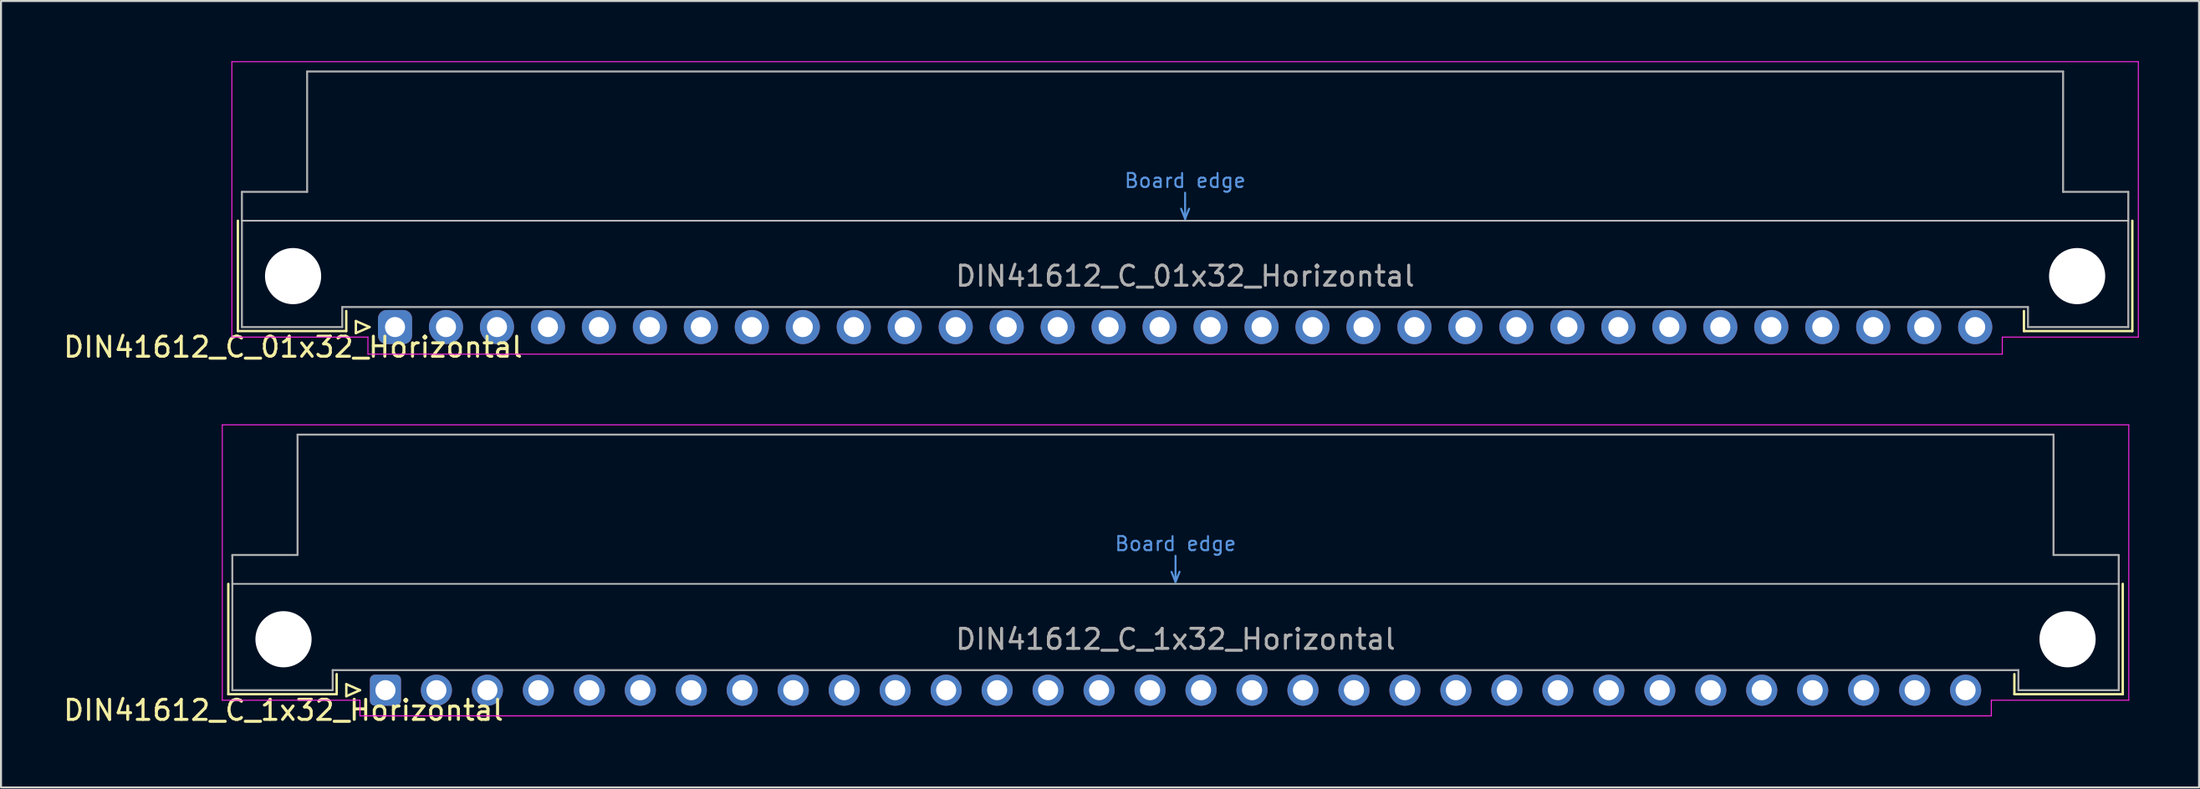
<source format=kicad_pcb>
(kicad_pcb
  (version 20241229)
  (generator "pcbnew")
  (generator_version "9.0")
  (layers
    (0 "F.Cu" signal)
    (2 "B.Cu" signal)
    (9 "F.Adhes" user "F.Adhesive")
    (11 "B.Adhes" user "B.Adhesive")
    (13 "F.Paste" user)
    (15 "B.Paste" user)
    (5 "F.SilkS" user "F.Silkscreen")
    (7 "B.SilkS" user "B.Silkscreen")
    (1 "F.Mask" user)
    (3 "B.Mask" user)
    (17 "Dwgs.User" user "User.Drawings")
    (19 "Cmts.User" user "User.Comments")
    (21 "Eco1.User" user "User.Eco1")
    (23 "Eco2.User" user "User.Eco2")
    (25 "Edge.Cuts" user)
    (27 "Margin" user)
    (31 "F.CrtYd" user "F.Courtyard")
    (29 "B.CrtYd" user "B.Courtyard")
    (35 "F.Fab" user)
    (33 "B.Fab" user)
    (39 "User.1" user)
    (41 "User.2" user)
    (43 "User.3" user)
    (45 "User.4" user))
  (footprint "DIN41612_C_1x32_Horizontal"
    (layer "F.Cu")
    (at 16.157 31.358)
    (property "Reference" "DIN41612_C_1x32_Horizontal" (at -5.08 1 0) (layer "F.SilkS") (effects (font (size 1 1) (thickness 0.15))))
    (attr through_hole)
    (fp_line (start -7.83 -5.3) (end -7.83 0.2) (stroke (width 0.12) (type solid)) (layer "F.SilkS"))
    (fp_line (start -7.83 0.2) (end -2.43 0.2) (stroke (width 0.12) (type solid)) (layer "F.SilkS"))
    (fp_line (start -2.43 0.2) (end -2.43 -0.8) (stroke (width 0.12) (type solid)) (layer "F.SilkS"))
    (fp_line (start -1.95 -0.3) (end -1.95 0.3) (stroke (width 0.12) (type solid)) (layer "F.SilkS"))
    (fp_line (start -1.95 0.3) (end -1.27 0) (stroke (width 0.12) (type solid)) (layer "F.SilkS"))
    (fp_line (start -1.27 0) (end -1.95 -0.3) (stroke (width 0.12) (type solid)) (layer "F.SilkS"))
    (fp_line (start 81.17 0.2) (end 81.17 -0.8) (stroke (width 0.12) (type solid)) (layer "F.SilkS"))
    (fp_line (start 86.57 -5.3) (end 86.57 0.2) (stroke (width 0.12) (type solid)) (layer "F.SilkS"))
    (fp_line (start 86.57 0.2) (end 81.17 0.2) (stroke (width 0.12) (type solid)) (layer "F.SilkS"))
    (fp_line (start -7.63 -5.3) (end 86.37 -5.3) (stroke (width 0.08) (type solid)) (layer "Dwgs.User"))
    (fp_line (start 39.17 -5.9) (end 39.37 -5.4) (stroke (width 0.1) (type solid)) (layer "Cmts.User"))
    (fp_line (start 39.37 -5.4) (end 39.37 -6.7) (stroke (width 0.1) (type solid)) (layer "Cmts.User"))
    (fp_line (start 39.37 -5.4) (end 39.57 -5.9) (stroke (width 0.1) (type solid)) (layer "Cmts.User"))
    (fp_line (start -8.13 -13.23) (end -8.13 0.5) (stroke (width 0.05) (type solid)) (layer "F.CrtYd"))
    (fp_line (start -8.13 0.5) (end -1.27 0.5) (stroke (width 0.05) (type solid)) (layer "F.CrtYd"))
    (fp_line (start -1.27 0.5) (end -1.27 1.28) (stroke (width 0.05) (type solid)) (layer "F.CrtYd"))
    (fp_line (start -1.27 1.28) (end 80.02 1.28) (stroke (width 0.05) (type solid)) (layer "F.CrtYd"))
    (fp_line (start 80.02 0.5) (end 86.87 0.5) (stroke (width 0.05) (type solid)) (layer "F.CrtYd"))
    (fp_line (start 80.02 1.28) (end 80.02 0.5) (stroke (width 0.05) (type solid)) (layer "F.CrtYd"))
    (fp_line (start 86.87 -13.23) (end -8.13 -13.23) (stroke (width 0.05) (type solid)) (layer "F.CrtYd"))
    (fp_line (start 86.87 0.5) (end 86.87 -13.23) (stroke (width 0.05) (type solid)) (layer "F.CrtYd"))
    (fp_line (start -7.63 -6.74) (end -7.63 0) (stroke (width 0.1) (type solid)) (layer "F.Fab"))
    (fp_line (start -7.63 0) (end -2.63 0) (stroke (width 0.1) (type solid)) (layer "F.Fab"))
    (fp_line (start -4.38 -12.74) (end -4.38 -6.74) (stroke (width 0.1) (type solid)) (layer "F.Fab"))
    (fp_line (start -4.38 -6.74) (end -7.63 -6.74) (stroke (width 0.1) (type solid)) (layer "F.Fab"))
    (fp_line (start -2.63 -1) (end 81.37 -1) (stroke (width 0.1) (type solid)) (layer "F.Fab"))
    (fp_line (start -2.63 0) (end -2.63 -1) (stroke (width 0.1) (type solid)) (layer "F.Fab"))
    (fp_line (start 81.37 -1) (end 81.37 0) (stroke (width 0.1) (type solid)) (layer "F.Fab"))
    (fp_line (start 81.37 0) (end 86.37 0) (stroke (width 0.1) (type solid)) (layer "F.Fab"))
    (fp_line (start 83.12 -12.74) (end -4.38 -12.74) (stroke (width 0.1) (type solid)) (layer "F.Fab"))
    (fp_line (start 83.12 -6.74) (end 83.12 -12.74) (stroke (width 0.1) (type solid)) (layer "F.Fab"))
    (fp_line (start 86.37 -6.74) (end 83.12 -6.74) (stroke (width 0.1) (type solid)) (layer "F.Fab"))
    (fp_line (start 86.37 0) (end 86.37 -6.74) (stroke (width 0.1) (type solid)) (layer "F.Fab"))
    (fp_text user "Board edge" (at 39.37 -7.3 0) (layer "Cmts.User") (effects (font (size 0.7 0.7) (thickness 0.1))))
    (fp_text user "${REFERENCE}" (at 39.37 -2.54 0) (layer "F.Fab") (effects (font (size 1 1) (thickness 0.15))))
    (pad "" np_thru_hole circle (at -5.08 -2.54) (size 2.8 2.8) (drill 2.8) (layers "*.Cu" "*.Mask"))
    (pad "" np_thru_hole circle (at 83.82 -2.54) (size 2.8 2.8) (drill 2.8) (layers "*.Cu" "*.Mask"))
    (pad "a1" thru_hole roundrect (at 0 0) (size 1.55 1.55) (drill 1) (layers "*.Cu" "*.Mask") (roundrect_rratio 0.161))
    (pad "a2" thru_hole circle (at 2.54 0) (size 1.55 1.55) (drill 1) (layers "*.Cu" "*.Mask"))
    (pad "a3" thru_hole circle (at 5.08 0) (size 1.55 1.55) (drill 1) (layers "*.Cu" "*.Mask"))
    (pad "a4" thru_hole circle (at 7.62 0) (size 1.55 1.55) (drill 1) (layers "*.Cu" "*.Mask"))
    (pad "a5" thru_hole circle (at 10.16 0) (size 1.55 1.55) (drill 1) (layers "*.Cu" "*.Mask"))
    (pad "a6" thru_hole circle (at 12.7 0) (size 1.55 1.55) (drill 1) (layers "*.Cu" "*.Mask"))
    (pad "a7" thru_hole circle (at 15.24 0) (size 1.55 1.55) (drill 1) (layers "*.Cu" "*.Mask"))
    (pad "a8" thru_hole circle (at 17.78 0) (size 1.55 1.55) (drill 1) (layers "*.Cu" "*.Mask"))
    (pad "a9" thru_hole circle (at 20.32 0) (size 1.55 1.55) (drill 1) (layers "*.Cu" "*.Mask"))
    (pad "a10" thru_hole circle (at 22.86 0) (size 1.55 1.55) (drill 1) (layers "*.Cu" "*.Mask"))
    (pad "a11" thru_hole circle (at 25.4 0) (size 1.55 1.55) (drill 1) (layers "*.Cu" "*.Mask"))
    (pad "a12" thru_hole circle (at 27.94 0) (size 1.55 1.55) (drill 1) (layers "*.Cu" "*.Mask"))
    (pad "a13" thru_hole circle (at 30.48 0) (size 1.55 1.55) (drill 1) (layers "*.Cu" "*.Mask"))
    (pad "a14" thru_hole circle (at 33.02 0) (size 1.55 1.55) (drill 1) (layers "*.Cu" "*.Mask"))
    (pad "a15" thru_hole circle (at 35.56 0) (size 1.55 1.55) (drill 1) (layers "*.Cu" "*.Mask"))
    (pad "a16" thru_hole circle (at 38.1 0) (size 1.55 1.55) (drill 1) (layers "*.Cu" "*.Mask"))
    (pad "a17" thru_hole circle (at 40.64 0) (size 1.55 1.55) (drill 1) (layers "*.Cu" "*.Mask"))
    (pad "a18" thru_hole circle (at 43.18 0) (size 1.55 1.55) (drill 1) (layers "*.Cu" "*.Mask"))
    (pad "a19" thru_hole circle (at 45.72 0) (size 1.55 1.55) (drill 1) (layers "*.Cu" "*.Mask"))
    (pad "a20" thru_hole circle (at 48.26 0) (size 1.55 1.55) (drill 1) (layers "*.Cu" "*.Mask"))
    (pad "a21" thru_hole circle (at 50.8 0) (size 1.55 1.55) (drill 1) (layers "*.Cu" "*.Mask"))
    (pad "a22" thru_hole circle (at 53.34 0) (size 1.55 1.55) (drill 1) (layers "*.Cu" "*.Mask"))
    (pad "a23" thru_hole circle (at 55.88 0) (size 1.55 1.55) (drill 1) (layers "*.Cu" "*.Mask"))
    (pad "a24" thru_hole circle (at 58.42 0) (size 1.55 1.55) (drill 1) (layers "*.Cu" "*.Mask"))
    (pad "a25" thru_hole circle (at 60.96 0) (size 1.55 1.55) (drill 1) (layers "*.Cu" "*.Mask"))
    (pad "a26" thru_hole circle (at 63.5 0) (size 1.55 1.55) (drill 1) (layers "*.Cu" "*.Mask"))
    (pad "a27" thru_hole circle (at 66.04 0) (size 1.55 1.55) (drill 1) (layers "*.Cu" "*.Mask"))
    (pad "a28" thru_hole circle (at 68.58 0) (size 1.55 1.55) (drill 1) (layers "*.Cu" "*.Mask"))
    (pad "a29" thru_hole circle (at 71.12 0) (size 1.55 1.55) (drill 1) (layers "*.Cu" "*.Mask"))
    (pad "a30" thru_hole circle (at 73.66 0) (size 1.55 1.55) (drill 1) (layers "*.Cu" "*.Mask"))
    (pad "a31" thru_hole circle (at 76.2 0) (size 1.55 1.55) (drill 1) (layers "*.Cu" "*.Mask"))
    (pad "a32" thru_hole circle (at 78.74 0) (size 1.55 1.55) (drill 1) (layers "*.Cu" "*.Mask")))
  (footprint "DIN41612_C_01x32_Horizontal"
    (layer "F.Cu")
    (at 16.634 13.255)
    (property "Reference" "DIN41612_C_01x32_Horizontal" (at -5.08 1 0) (layer "F.SilkS") (effects (font (size 1 1) (thickness 0.15))))
    (attr through_hole)
    (fp_line (start -7.83 -5.3) (end -7.83 0.2) (stroke (width 0.12) (type solid)) (layer "F.SilkS"))
    (fp_line (start -7.83 0.2) (end -2.43 0.2) (stroke (width 0.12) (type solid)) (layer "F.SilkS"))
    (fp_line (start -2.43 0.2) (end -2.43 -0.8) (stroke (width 0.12) (type solid)) (layer "F.SilkS"))
    (fp_line (start -1.95 -0.3) (end -1.95 0.3) (stroke (width 0.12) (type solid)) (layer "F.SilkS"))
    (fp_line (start -1.95 0.3) (end -1.27 0) (stroke (width 0.12) (type solid)) (layer "F.SilkS"))
    (fp_line (start -1.27 0) (end -1.95 -0.3) (stroke (width 0.12) (type solid)) (layer "F.SilkS"))
    (fp_line (start 81.17 0.2) (end 81.17 -0.8) (stroke (width 0.12) (type solid)) (layer "F.SilkS"))
    (fp_line (start 86.57 -5.3) (end 86.57 0.2) (stroke (width 0.12) (type solid)) (layer "F.SilkS"))
    (fp_line (start 86.57 0.2) (end 81.17 0.2) (stroke (width 0.12) (type solid)) (layer "F.SilkS"))
    (fp_line (start -7.63 -5.3) (end 86.37 -5.3) (stroke (width 0.08) (type solid)) (layer "Dwgs.User"))
    (fp_line (start 39.17 -5.9) (end 39.37 -5.4) (stroke (width 0.1) (type solid)) (layer "Cmts.User"))
    (fp_line (start 39.37 -5.4) (end 39.37 -6.7) (stroke (width 0.1) (type solid)) (layer "Cmts.User"))
    (fp_line (start 39.37 -5.4) (end 39.57 -5.9) (stroke (width 0.1) (type solid)) (layer "Cmts.User"))
    (fp_line (start -8.13 -13.23) (end -8.13 0.5) (stroke (width 0.05) (type solid)) (layer "F.CrtYd"))
    (fp_line (start -8.13 0.5) (end -1.35 0.5) (stroke (width 0.05) (type solid)) (layer "F.CrtYd"))
    (fp_line (start -1.35 0.5) (end -1.35 1.35) (stroke (width 0.05) (type solid)) (layer "F.CrtYd"))
    (fp_line (start -1.35 1.35) (end 80.09 1.35) (stroke (width 0.05) (type solid)) (layer "F.CrtYd"))
    (fp_line (start 80.09 0.5) (end 86.87 0.5) (stroke (width 0.05) (type solid)) (layer "F.CrtYd"))
    (fp_line (start 80.09 1.35) (end 80.09 0.5) (stroke (width 0.05) (type solid)) (layer "F.CrtYd"))
    (fp_line (start 86.87 -13.23) (end -8.13 -13.23) (stroke (width 0.05) (type solid)) (layer "F.CrtYd"))
    (fp_line (start 86.87 0.5) (end 86.87 -13.23) (stroke (width 0.05) (type solid)) (layer "F.CrtYd"))
    (fp_line (start -7.63 -6.74) (end -7.63 0) (stroke (width 0.1) (type solid)) (layer "F.Fab"))
    (fp_line (start -7.63 0) (end -2.63 0) (stroke (width 0.1) (type solid)) (layer "F.Fab"))
    (fp_line (start -4.38 -12.74) (end -4.38 -6.74) (stroke (width 0.1) (type solid)) (layer "F.Fab"))
    (fp_line (start -4.38 -6.74) (end -7.63 -6.74) (stroke (width 0.1) (type solid)) (layer "F.Fab"))
    (fp_line (start -2.63 -1) (end 81.37 -1) (stroke (width 0.1) (type solid)) (layer "F.Fab"))
    (fp_line (start -2.63 0) (end -2.63 -1) (stroke (width 0.1) (type solid)) (layer "F.Fab"))
    (fp_line (start 81.37 -1) (end 81.37 0) (stroke (width 0.1) (type solid)) (layer "F.Fab"))
    (fp_line (start 81.37 0) (end 86.37 0) (stroke (width 0.1) (type solid)) (layer "F.Fab"))
    (fp_line (start 83.12 -12.74) (end -4.38 -12.74) (stroke (width 0.1) (type solid)) (layer "F.Fab"))
    (fp_line (start 83.12 -6.74) (end 83.12 -12.74) (stroke (width 0.1) (type solid)) (layer "F.Fab"))
    (fp_line (start 86.37 -6.74) (end 83.12 -6.74) (stroke (width 0.1) (type solid)) (layer "F.Fab"))
    (fp_line (start 86.37 0) (end 86.37 -6.74) (stroke (width 0.1) (type solid)) (layer "F.Fab"))
    (fp_text user "Board edge" (at 39.37 -7.3 0) (layer "Cmts.User") (effects (font (size 0.7 0.7) (thickness 0.1))))
    (fp_text user "${REFERENCE}" (at 39.37 -2.54 0) (layer "F.Fab") (effects (font (size 1 1) (thickness 0.15))))
    (pad "" np_thru_hole circle (at -5.08 -2.54) (size 2.8 2.8) (drill 2.8) (layers "*.Cu" "*.Mask"))
    (pad "" np_thru_hole circle (at 83.82 -2.54) (size 2.8 2.8) (drill 2.8) (layers "*.Cu" "*.Mask"))
    (pad "a1" thru_hole roundrect (at 0 0) (size 1.7 1.7) (drill 1) (layers "*.Cu" "*.Mask") (roundrect_rratio 0.25))
    (pad "a2" thru_hole circle (at 2.54 0) (size 1.7 1.7) (drill 1) (layers "*.Cu" "*.Mask"))
    (pad "a3" thru_hole circle (at 5.08 0) (size 1.7 1.7) (drill 1) (layers "*.Cu" "*.Mask"))
    (pad "a4" thru_hole circle (at 7.62 0) (size 1.7 1.7) (drill 1) (layers "*.Cu" "*.Mask"))
    (pad "a5" thru_hole circle (at 10.16 0) (size 1.7 1.7) (drill 1) (layers "*.Cu" "*.Mask"))
    (pad "a6" thru_hole circle (at 12.7 0) (size 1.7 1.7) (drill 1) (layers "*.Cu" "*.Mask"))
    (pad "a7" thru_hole circle (at 15.24 0) (size 1.7 1.7) (drill 1) (layers "*.Cu" "*.Mask"))
    (pad "a8" thru_hole circle (at 17.78 0) (size 1.7 1.7) (drill 1) (layers "*.Cu" "*.Mask"))
    (pad "a9" thru_hole circle (at 20.32 0) (size 1.7 1.7) (drill 1) (layers "*.Cu" "*.Mask"))
    (pad "a10" thru_hole circle (at 22.86 0) (size 1.7 1.7) (drill 1) (layers "*.Cu" "*.Mask"))
    (pad "a11" thru_hole circle (at 25.4 0) (size 1.7 1.7) (drill 1) (layers "*.Cu" "*.Mask"))
    (pad "a12" thru_hole circle (at 27.94 0) (size 1.7 1.7) (drill 1) (layers "*.Cu" "*.Mask"))
    (pad "a13" thru_hole circle (at 30.48 0) (size 1.7 1.7) (drill 1) (layers "*.Cu" "*.Mask"))
    (pad "a14" thru_hole circle (at 33.02 0) (size 1.7 1.7) (drill 1) (layers "*.Cu" "*.Mask"))
    (pad "a15" thru_hole circle (at 35.56 0) (size 1.7 1.7) (drill 1) (layers "*.Cu" "*.Mask"))
    (pad "a16" thru_hole circle (at 38.1 0) (size 1.7 1.7) (drill 1) (layers "*.Cu" "*.Mask"))
    (pad "a17" thru_hole circle (at 40.64 0) (size 1.7 1.7) (drill 1) (layers "*.Cu" "*.Mask"))
    (pad "a18" thru_hole circle (at 43.18 0) (size 1.7 1.7) (drill 1) (layers "*.Cu" "*.Mask"))
    (pad "a19" thru_hole circle (at 45.72 0) (size 1.7 1.7) (drill 1) (layers "*.Cu" "*.Mask"))
    (pad "a20" thru_hole circle (at 48.26 0) (size 1.7 1.7) (drill 1) (layers "*.Cu" "*.Mask"))
    (pad "a21" thru_hole circle (at 50.8 0) (size 1.7 1.7) (drill 1) (layers "*.Cu" "*.Mask"))
    (pad "a22" thru_hole circle (at 53.34 0) (size 1.7 1.7) (drill 1) (layers "*.Cu" "*.Mask"))
    (pad "a23" thru_hole circle (at 55.88 0) (size 1.7 1.7) (drill 1) (layers "*.Cu" "*.Mask"))
    (pad "a24" thru_hole circle (at 58.42 0) (size 1.7 1.7) (drill 1) (layers "*.Cu" "*.Mask"))
    (pad "a25" thru_hole circle (at 60.96 0) (size 1.7 1.7) (drill 1) (layers "*.Cu" "*.Mask"))
    (pad "a26" thru_hole circle (at 63.5 0) (size 1.7 1.7) (drill 1) (layers "*.Cu" "*.Mask"))
    (pad "a27" thru_hole circle (at 66.04 0) (size 1.7 1.7) (drill 1) (layers "*.Cu" "*.Mask"))
    (pad "a28" thru_hole circle (at 68.58 0) (size 1.7 1.7) (drill 1) (layers "*.Cu" "*.Mask"))
    (pad "a29" thru_hole circle (at 71.12 0) (size 1.7 1.7) (drill 1) (layers "*.Cu" "*.Mask"))
    (pad "a30" thru_hole circle (at 73.66 0) (size 1.7 1.7) (drill 1) (layers "*.Cu" "*.Mask"))
    (pad "a31" thru_hole circle (at 76.2 0) (size 1.7 1.7) (drill 1) (layers "*.Cu" "*.Mask"))
    (pad "a32" thru_hole circle (at 78.74 0) (size 1.7 1.7) (drill 1) (layers "*.Cu" "*.Mask")))
  (gr_rect
    (start -3 -3)
    (end 106.529 36.206)
    (stroke (width 0.1) (type default))
    (fill no)
    (layer "Edge.Cuts")))
</source>
